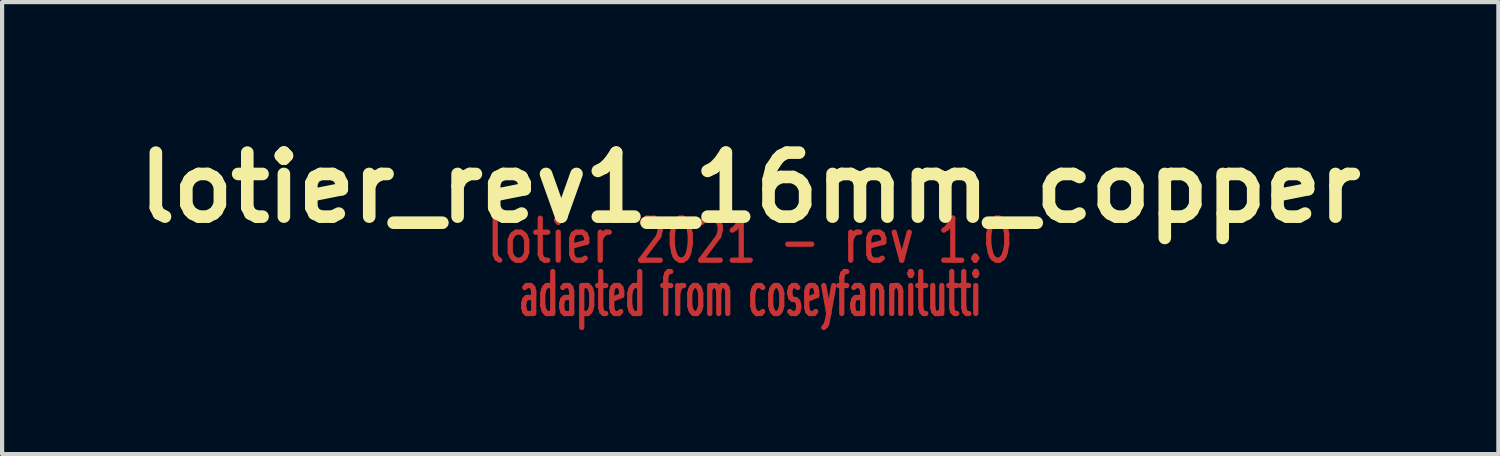
<source format=kicad_pcb>
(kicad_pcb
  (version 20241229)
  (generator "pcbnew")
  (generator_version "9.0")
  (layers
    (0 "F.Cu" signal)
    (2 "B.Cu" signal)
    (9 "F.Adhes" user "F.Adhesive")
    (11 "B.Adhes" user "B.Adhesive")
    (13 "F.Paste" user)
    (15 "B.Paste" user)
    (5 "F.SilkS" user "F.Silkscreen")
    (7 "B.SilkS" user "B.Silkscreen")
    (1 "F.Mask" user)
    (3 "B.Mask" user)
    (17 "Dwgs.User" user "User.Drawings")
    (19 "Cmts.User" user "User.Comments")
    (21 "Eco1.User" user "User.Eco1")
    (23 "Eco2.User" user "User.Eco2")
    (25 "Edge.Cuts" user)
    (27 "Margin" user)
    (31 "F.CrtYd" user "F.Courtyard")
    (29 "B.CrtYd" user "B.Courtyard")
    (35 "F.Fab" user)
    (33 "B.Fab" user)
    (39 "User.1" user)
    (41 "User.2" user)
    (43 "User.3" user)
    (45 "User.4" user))
  (footprint "lotier_rev1_16mm_copper"
    (layer "F.Cu")
    (at 14.812 1.418)
    (property "Reference" "lotier_rev1_16mm_copper" (at 0 0 180) (layer "F.SilkS") (effects (font (size 1.524 1.524) (thickness 0.3))))
    (attr through_hole)
    (fp_text user "lotier 2021 - rev 1.0" (at 0 1.27 0) (layer "F.Cu") (effects (font (size 1 0.75) (thickness 0.125))))
    (fp_text user "adapted from coseyfannitutti" (at 0 2.54 0) (layer "F.Cu") (effects (font (size 1 0.5) (thickness 0.125)))))
  (gr_rect
    (start -3 -3)
    (end 32.624 7.762)
    (stroke (width 0.1) (type default))
    (fill no)
    (layer "Edge.Cuts")))
</source>
